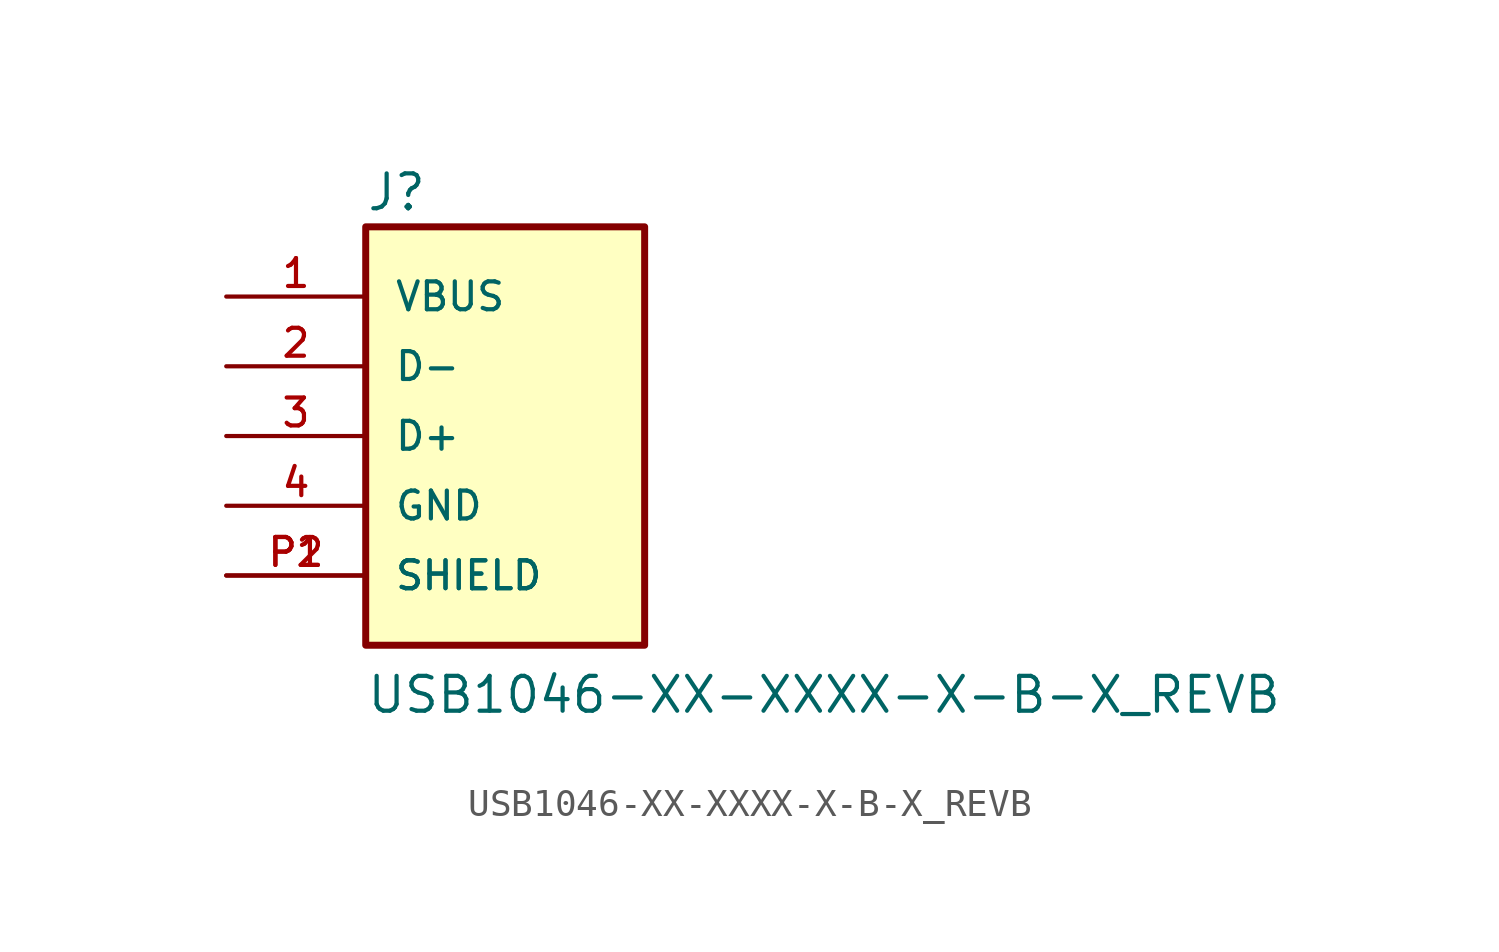
<source format=kicad_sym>
(kicad_symbol_lib
  (version 20211014)
  (generator kicad_symbol_editor)
  (symbol "USB1046-XX-XXXX-X-B-X_REVB"
    (pin_names
      (offset 1.016))
    (property "Reference" "J"
      (at -5.083 8.133 0)
      (effects (font (size 1.27 1.27)) (justify bottom left)))
    (property "Value" "USB1046-XX-XXXX-X-B-X_REVB"
      (at -5.084 -10.169 0)
      (effects (font (size 1.27 1.27)) (justify bottom left)))
    (symbol "USB1046-XX-XXXX-X-B-X_REVB_0_0"
      (rectangle (start -5.08 -7.62) (end 5.08 7.62) (stroke (width 0.254)) (fill (type background)))
      (pin power_in line (at -10.16 5.08 0) (length 5.08) (name "VBUS" (effects (font (size 1.016 1.016)))) (number "1" (effects (font (size 1.016 1.016)))))
      (pin bidirectional line (at -10.16 2.54 0) (length 5.08) (name "D-" (effects (font (size 1.016 1.016)))) (number "2" (effects (font (size 1.016 1.016)))))
      (pin bidirectional line (at -10.16 0.0 0) (length 5.08) (name "D+" (effects (font (size 1.016 1.016)))) (number "3" (effects (font (size 1.016 1.016)))))
      (pin power_in line (at -10.16 -2.54 0) (length 5.08) (name "GND" (effects (font (size 1.016 1.016)))) (number "4" (effects (font (size 1.016 1.016)))))
      (pin power_in line (at -10.16 -5.08 0) (length 5.08) (name "SHIELD" (effects (font (size 1.016 1.016)))) (number "P1" (effects (font (size 1.016 1.016)))))
      (pin power_in line (at -10.16 -5.08 0) (length 5.08) (name "SHIELD" (effects (font (size 1.016 1.016)))) (number "P2" (effects (font (size 1.016 1.016))))))))
</source>
